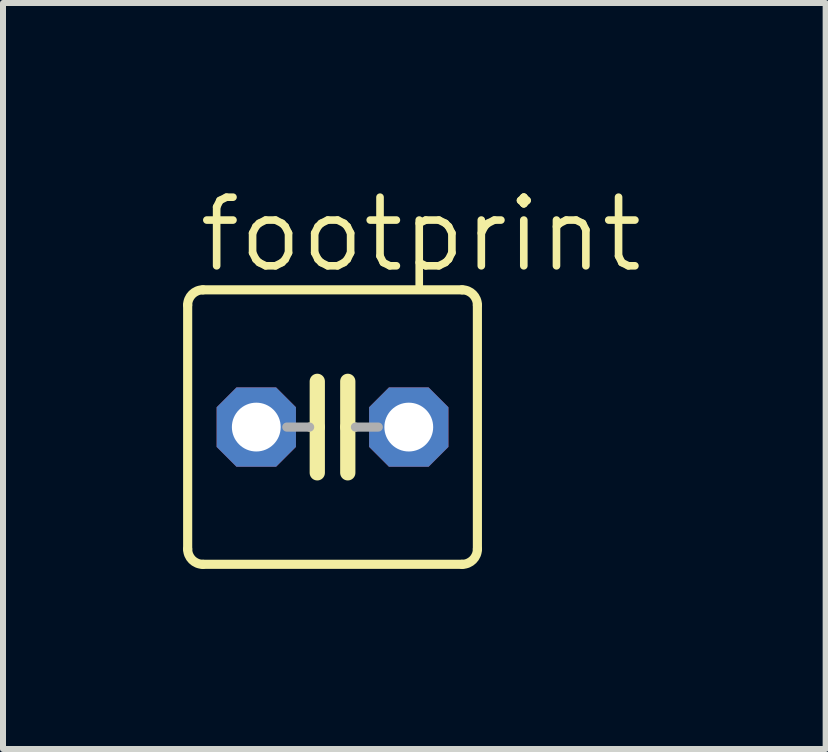
<source format=kicad_pcb>
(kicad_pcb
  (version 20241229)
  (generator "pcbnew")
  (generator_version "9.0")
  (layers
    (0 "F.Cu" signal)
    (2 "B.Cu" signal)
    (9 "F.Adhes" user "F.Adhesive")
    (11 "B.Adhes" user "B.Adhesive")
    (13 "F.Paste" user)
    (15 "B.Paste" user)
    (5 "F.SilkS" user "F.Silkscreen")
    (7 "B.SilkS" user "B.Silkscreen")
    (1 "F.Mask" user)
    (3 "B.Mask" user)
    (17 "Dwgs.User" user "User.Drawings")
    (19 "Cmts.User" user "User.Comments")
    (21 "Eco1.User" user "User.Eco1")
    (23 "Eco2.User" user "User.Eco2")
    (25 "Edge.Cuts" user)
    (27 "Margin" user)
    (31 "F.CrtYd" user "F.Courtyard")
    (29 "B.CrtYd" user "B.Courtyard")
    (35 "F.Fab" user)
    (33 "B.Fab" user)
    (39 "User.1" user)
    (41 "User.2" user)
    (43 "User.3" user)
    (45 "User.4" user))
  (footprint "footprint"
    (layer "F.Cu")
    (at 2.489 4.064)
    (property "Reference" "footprint" (at -2.286 -2.54 0) (layer "F.SilkS") (effects (font (size 1.143 1.143) (thickness 0.127)) (justify left bottom)))
    (fp_line (start -2.413 -2.032) (end -2.413 2.032) (stroke (width 0.152) (type solid)) (layer "F.SilkS"))
    (fp_line (start -2.159 -2.286) (end 2.159 -2.286) (stroke (width 0.152) (type solid)) (layer "F.SilkS"))
    (fp_line (start -0.254 -0.762) (end -0.254 0) (stroke (width 0.254) (type solid)) (layer "F.SilkS"))
    (fp_line (start -0.254 0) (end -0.381 0) (stroke (width 0.152) (type solid)) (layer "F.SilkS"))
    (fp_line (start -0.254 0) (end -0.254 0.762) (stroke (width 0.254) (type solid)) (layer "F.SilkS"))
    (fp_line (start 0.254 0) (end 0.254 -0.762) (stroke (width 0.254) (type solid)) (layer "F.SilkS"))
    (fp_line (start 0.254 0) (end 0.254 0.762) (stroke (width 0.254) (type solid)) (layer "F.SilkS"))
    (fp_line (start 0.381 0) (end 0.254 0) (stroke (width 0.152) (type solid)) (layer "F.SilkS"))
    (fp_line (start 2.159 2.286) (end -2.159 2.286) (stroke (width 0.152) (type solid)) (layer "F.SilkS"))
    (fp_line (start 2.413 -2.032) (end 2.413 2.032) (stroke (width 0.152) (type solid)) (layer "F.SilkS"))
    (fp_arc (start -2.413 -2.032) (mid -2.338605 -2.211605) (end -2.159 -2.286) (stroke (width 0.1524) (type solid)) (layer "F.SilkS"))
    (fp_arc (start -2.159 2.286) (mid -2.338605 2.211605) (end -2.413 2.032) (stroke (width 0.1524) (type solid)) (layer "F.SilkS"))
    (fp_arc (start 2.159 -2.286) (mid 2.338605 -2.211605) (end 2.413 -2.032) (stroke (width 0.1524) (type solid)) (layer "F.SilkS"))
    (fp_arc (start 2.413 2.032) (mid 2.338605 2.211605) (end 2.159 2.286) (stroke (width 0.1524) (type solid)) (layer "F.SilkS"))
    (fp_line (start -0.381 0) (end -0.762 0) (stroke (width 0.152) (type solid)) (layer "F.Fab"))
    (fp_line (start 0.762 0) (end 0.381 0) (stroke (width 0.152) (type solid)) (layer "F.Fab"))
    (pad "1" thru_hole roundrect (at -1.27 0) (size 1.321 1.321) (drill 0.813) (layers "*.Cu" "*.Mask") (roundrect_rratio 0.25) (chamfer_ratio 0.25) (chamfer top_left top_right bottom_left bottom_right))
    (pad "2" thru_hole roundrect (at 1.27 0) (size 1.321 1.321) (drill 0.813) (layers "*.Cu" "*.Mask") (roundrect_rratio 0.25) (chamfer_ratio 0.25) (chamfer top_left top_right bottom_left bottom_right)))
  (gr_rect
    (start -3 -3)
    (end 10.703 9.426)
    (stroke (width 0.1) (type default))
    (fill no)
    (layer "Edge.Cuts")))
</source>
